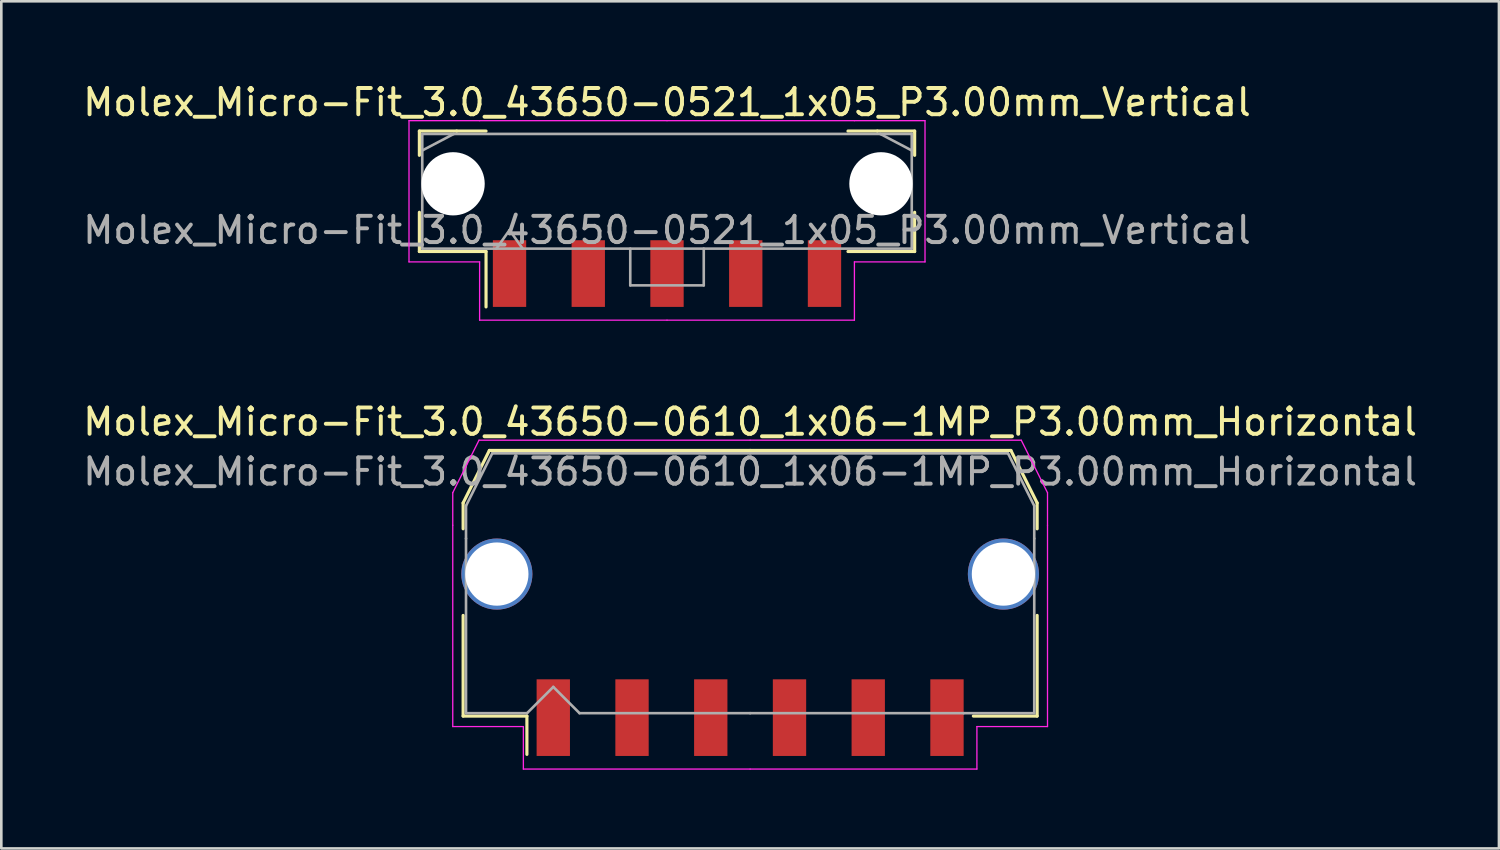
<source format=kicad_pcb>
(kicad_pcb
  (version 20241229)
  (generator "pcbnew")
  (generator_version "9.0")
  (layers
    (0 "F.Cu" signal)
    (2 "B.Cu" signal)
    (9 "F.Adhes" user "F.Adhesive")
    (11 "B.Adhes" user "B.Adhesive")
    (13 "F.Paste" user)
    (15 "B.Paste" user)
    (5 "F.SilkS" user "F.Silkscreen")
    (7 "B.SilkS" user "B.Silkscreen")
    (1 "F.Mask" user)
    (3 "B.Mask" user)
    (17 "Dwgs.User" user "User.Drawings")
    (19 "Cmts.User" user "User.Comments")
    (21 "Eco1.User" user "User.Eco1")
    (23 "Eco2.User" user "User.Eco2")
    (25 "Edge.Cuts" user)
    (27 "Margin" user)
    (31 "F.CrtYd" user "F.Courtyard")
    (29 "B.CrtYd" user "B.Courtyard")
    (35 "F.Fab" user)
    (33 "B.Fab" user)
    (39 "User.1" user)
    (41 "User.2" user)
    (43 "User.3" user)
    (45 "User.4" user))
  (footprint "Molex_Micro-Fit_3.0_43650-0610_1x06-1MP_P3.00mm_Horizontal"
    (layer "F.Cu")
    (at 25.53 19.172)
    (property "Reference" "Molex_Micro-Fit_3.0_43650-0610_1x06-1MP_P3.00mm_Horizontal" (at 0 -6.15 0) (layer "F.SilkS") (effects (font (size 1 1) (thickness 0.15))))
    (attr smd)
    (fp_line (start -10.935 -3.06) (end -10.935 -2.075) (stroke (width 0.12) (type solid)) (layer "F.SilkS"))
    (fp_line (start -10.935 1.225) (end -10.935 5.06) (stroke (width 0.12) (type solid)) (layer "F.SilkS"))
    (fp_line (start -10.935 5.06) (end -8.505 5.06) (stroke (width 0.12) (type solid)) (layer "F.SilkS"))
    (fp_line (start -9.935 -5.06) (end -10.935 -3.06) (stroke (width 0.12) (type solid)) (layer "F.SilkS"))
    (fp_line (start -8.505 5.06) (end -8.505 6.52) (stroke (width 0.12) (type solid)) (layer "F.SilkS"))
    (fp_line (start 0 -5.06) (end -9.935 -5.06) (stroke (width 0.12) (type solid)) (layer "F.SilkS"))
    (fp_line (start 0 -5.06) (end 9.935 -5.06) (stroke (width 0.12) (type solid)) (layer "F.SilkS"))
    (fp_line (start 9.935 -5.06) (end 10.935 -3.06) (stroke (width 0.12) (type solid)) (layer "F.SilkS"))
    (fp_line (start 10.935 -3.06) (end 10.935 -2.075) (stroke (width 0.12) (type solid)) (layer "F.SilkS"))
    (fp_line (start 10.935 1.225) (end 10.935 5.06) (stroke (width 0.12) (type solid)) (layer "F.SilkS"))
    (fp_line (start 10.935 5.06) (end 8.505 5.06) (stroke (width 0.12) (type solid)) (layer "F.SilkS"))
    (fp_line (start -11.33 -3.45) (end -11.33 -2.21) (stroke (width 0.05) (type solid)) (layer "F.CrtYd"))
    (fp_line (start -11.33 -2.21) (end -11.33 5.46) (stroke (width 0.05) (type solid)) (layer "F.CrtYd"))
    (fp_line (start -11.33 5.46) (end -8.64 5.46) (stroke (width 0.05) (type solid)) (layer "F.CrtYd"))
    (fp_line (start -10.33 -5.45) (end -11.33 -3.45) (stroke (width 0.05) (type solid)) (layer "F.CrtYd"))
    (fp_line (start -8.64 5.46) (end -8.64 7.08) (stroke (width 0.05) (type solid)) (layer "F.CrtYd"))
    (fp_line (start -8.64 7.08) (end 0 7.08) (stroke (width 0.05) (type solid)) (layer "F.CrtYd"))
    (fp_line (start 0 -5.45) (end -10.33 -5.45) (stroke (width 0.05) (type solid)) (layer "F.CrtYd"))
    (fp_line (start 0 -5.45) (end 10.33 -5.45) (stroke (width 0.05) (type solid)) (layer "F.CrtYd"))
    (fp_line (start 8.64 5.46) (end 8.64 7.08) (stroke (width 0.05) (type solid)) (layer "F.CrtYd"))
    (fp_line (start 8.64 7.08) (end 0 7.08) (stroke (width 0.05) (type solid)) (layer "F.CrtYd"))
    (fp_line (start 10.33 -5.45) (end 11.33 -3.45) (stroke (width 0.05) (type solid)) (layer "F.CrtYd"))
    (fp_line (start 11.33 -3.45) (end 11.33 -2.21) (stroke (width 0.05) (type solid)) (layer "F.CrtYd"))
    (fp_line (start 11.33 -2.21) (end 11.33 5.46) (stroke (width 0.05) (type solid)) (layer "F.CrtYd"))
    (fp_line (start 11.33 5.46) (end 8.64 5.46) (stroke (width 0.05) (type solid)) (layer "F.CrtYd"))
    (fp_line (start -10.825 -2.95) (end -10.825 -1.705) (stroke (width 0.1) (type solid)) (layer "F.Fab"))
    (fp_line (start -10.825 -1.705) (end -10.825 4.95) (stroke (width 0.1) (type solid)) (layer "F.Fab"))
    (fp_line (start -10.825 4.95) (end -8.5 4.95) (stroke (width 0.1) (type solid)) (layer "F.Fab"))
    (fp_line (start -9.825 -4.95) (end -10.825 -2.95) (stroke (width 0.1) (type solid)) (layer "F.Fab"))
    (fp_line (start -8.5 4.95) (end -7.5 3.95) (stroke (width 0.1) (type solid)) (layer "F.Fab"))
    (fp_line (start -7.5 3.95) (end -6.5 4.95) (stroke (width 0.1) (type solid)) (layer "F.Fab"))
    (fp_line (start -6.5 4.95) (end 0 4.95) (stroke (width 0.1) (type solid)) (layer "F.Fab"))
    (fp_line (start 0 -4.95) (end -9.825 -4.95) (stroke (width 0.1) (type solid)) (layer "F.Fab"))
    (fp_line (start 0 -4.95) (end 9.825 -4.95) (stroke (width 0.1) (type solid)) (layer "F.Fab"))
    (fp_line (start 8.135 4.95) (end 0 4.95) (stroke (width 0.1) (type solid)) (layer "F.Fab"))
    (fp_line (start 9.825 -4.95) (end 10.825 -2.95) (stroke (width 0.1) (type solid)) (layer "F.Fab"))
    (fp_line (start 10.825 -2.95) (end 10.825 -1.705) (stroke (width 0.1) (type solid)) (layer "F.Fab"))
    (fp_line (start 10.825 -1.705) (end 10.825 4.95) (stroke (width 0.1) (type solid)) (layer "F.Fab"))
    (fp_line (start 10.825 4.95) (end 8.135 4.95) (stroke (width 0.1) (type solid)) (layer "F.Fab"))
    (fp_text user "${REFERENCE}" (at 0 -4.25 0) (layer "F.Fab") (effects (font (size 1 1) (thickness 0.15))))
    (pad "1" smd rect (at -7.5 5.12) (size 1.27 2.92) (layers "F.Cu" "F.Mask" "F.Paste"))
    (pad "2" smd rect (at -4.5 5.12) (size 1.27 2.92) (layers "F.Cu" "F.Mask" "F.Paste"))
    (pad "3" smd rect (at -1.5 5.12) (size 1.27 2.92) (layers "F.Cu" "F.Mask" "F.Paste"))
    (pad "4" smd rect (at 1.5 5.12) (size 1.27 2.92) (layers "F.Cu" "F.Mask" "F.Paste"))
    (pad "5" smd rect (at 4.5 5.12) (size 1.27 2.92) (layers "F.Cu" "F.Mask" "F.Paste"))
    (pad "6" smd rect (at 7.5 5.12) (size 1.27 2.92) (layers "F.Cu" "F.Mask" "F.Paste"))
    (pad "MP" thru_hole circle (at -9.65 -0.35) (size 2.71 2.71) (drill 2.41) (property pad_prop_heatsink) (layers "*.Cu" "*.Mask"))
    (pad "MP" thru_hole circle (at 9.65 -0.35) (size 2.71 2.71) (drill 2.41) (property pad_prop_heatsink) (layers "*.Cu" "*.Mask")))
  (footprint "Molex_Micro-Fit_3.0_43650-0521_1x05_P3.00mm_Vertical"
    (layer "F.Cu")
    (at 22.363 4.238)
    (property "Reference" "Molex_Micro-Fit_3.0_43650-0521_1x05_P3.00mm_Vertical" (at 0 -3.39 0) (layer "F.SilkS") (effects (font (size 1 1) (thickness 0.15))))
    (attr smd)
    (fp_line (start -9.435 -2.295) (end -8.015 -2.295) (stroke (width 0.12) (type solid)) (layer "F.SilkS"))
    (fp_line (start -9.435 -1.37) (end -9.435 -2.295) (stroke (width 0.12) (type solid)) (layer "F.SilkS"))
    (fp_line (start -9.435 0.8) (end -9.435 2.295) (stroke (width 0.12) (type solid)) (layer "F.SilkS"))
    (fp_line (start -9.435 2.295) (end -6.895 2.295) (stroke (width 0.12) (type solid)) (layer "F.SilkS"))
    (fp_line (start -8.015 -2.295) (end -6.895 -2.295) (stroke (width 0.12) (type solid)) (layer "F.SilkS"))
    (fp_line (start -6.895 2.295) (end -6.895 4.405) (stroke (width 0.12) (type solid)) (layer "F.SilkS"))
    (fp_line (start 8.015 -2.295) (end 6.895 -2.295) (stroke (width 0.12) (type solid)) (layer "F.SilkS"))
    (fp_line (start 9.435 -2.295) (end 8.015 -2.295) (stroke (width 0.12) (type solid)) (layer "F.SilkS"))
    (fp_line (start 9.435 -1.37) (end 9.435 -2.295) (stroke (width 0.12) (type solid)) (layer "F.SilkS"))
    (fp_line (start 9.435 0.8) (end 9.435 2.295) (stroke (width 0.12) (type solid)) (layer "F.SilkS"))
    (fp_line (start 9.435 2.295) (end 6.895 2.295) (stroke (width 0.12) (type solid)) (layer "F.SilkS"))
    (fp_line (start -9.83 -2.69) (end -9.83 2.69) (stroke (width 0.05) (type solid)) (layer "F.CrtYd"))
    (fp_line (start -9.83 2.69) (end -7.14 2.69) (stroke (width 0.05) (type solid)) (layer "F.CrtYd"))
    (fp_line (start -7.14 -2.69) (end -9.83 -2.69) (stroke (width 0.05) (type solid)) (layer "F.CrtYd"))
    (fp_line (start -7.14 2.69) (end -7.14 4.91) (stroke (width 0.05) (type solid)) (layer "F.CrtYd"))
    (fp_line (start -7.14 4.91) (end 0 4.91) (stroke (width 0.05) (type solid)) (layer "F.CrtYd"))
    (fp_line (start 0 -2.69) (end -7.14 -2.69) (stroke (width 0.05) (type solid)) (layer "F.CrtYd"))
    (fp_line (start 0 -2.69) (end 7.14 -2.69) (stroke (width 0.05) (type solid)) (layer "F.CrtYd"))
    (fp_line (start 7.14 -2.69) (end 9.83 -2.69) (stroke (width 0.05) (type solid)) (layer "F.CrtYd"))
    (fp_line (start 7.14 2.69) (end 7.14 4.91) (stroke (width 0.05) (type solid)) (layer "F.CrtYd"))
    (fp_line (start 7.14 4.91) (end 0 4.91) (stroke (width 0.05) (type solid)) (layer "F.CrtYd"))
    (fp_line (start 9.83 -2.69) (end 9.83 2.69) (stroke (width 0.05) (type solid)) (layer "F.CrtYd"))
    (fp_line (start 9.83 2.69) (end 7.14 2.69) (stroke (width 0.05) (type solid)) (layer "F.CrtYd"))
    (fp_line (start -9.325 -2.185) (end -9.325 2.185) (stroke (width 0.1) (type solid)) (layer "F.Fab"))
    (fp_line (start -9.325 -1.555) (end -8.125 -2.185) (stroke (width 0.1) (type solid)) (layer "F.Fab"))
    (fp_line (start -9.325 2.185) (end 9.325 2.185) (stroke (width 0.1) (type solid)) (layer "F.Fab"))
    (fp_line (start -8.125 -2.185) (end -9.325 -2.185) (stroke (width 0.1) (type solid)) (layer "F.Fab"))
    (fp_line (start -6.5 2.185) (end -6 1.478) (stroke (width 0.1) (type solid)) (layer "F.Fab"))
    (fp_line (start -6 1.478) (end -5.5 2.185) (stroke (width 0.1) (type solid)) (layer "F.Fab"))
    (fp_line (start -1.4 2.185) (end -1.4 3.585) (stroke (width 0.1) (type solid)) (layer "F.Fab"))
    (fp_line (start -1.4 3.585) (end 1.4 3.585) (stroke (width 0.1) (type solid)) (layer "F.Fab"))
    (fp_line (start 1.4 3.585) (end 1.4 2.185) (stroke (width 0.1) (type solid)) (layer "F.Fab"))
    (fp_line (start 8.125 -2.185) (end -8.125 -2.185) (stroke (width 0.1) (type solid)) (layer "F.Fab"))
    (fp_line (start 9.325 -2.185) (end 8.125 -2.185) (stroke (width 0.1) (type solid)) (layer "F.Fab"))
    (fp_line (start 9.325 -1.555) (end 8.125 -2.185) (stroke (width 0.1) (type solid)) (layer "F.Fab"))
    (fp_line (start 9.325 2.185) (end 9.325 -2.185) (stroke (width 0.1) (type solid)) (layer "F.Fab"))
    (fp_text user "${REFERENCE}" (at 0 1.48 0) (layer "F.Fab") (effects (font (size 1 1) (thickness 0.15))))
    (pad "" np_thru_hole circle (at -8.15 -0.285) (size 2.41 2.41) (drill 2.41) (layers "*.Cu" "*.Mask"))
    (pad "" np_thru_hole circle (at 8.15 -0.285) (size 2.41 2.41) (drill 2.41) (layers "*.Cu" "*.Mask"))
    (pad "1" smd rect (at -6 3.135) (size 1.27 2.54) (layers "F.Cu" "F.Mask" "F.Paste"))
    (pad "2" smd rect (at -3 3.135) (size 1.27 2.54) (layers "F.Cu" "F.Mask" "F.Paste"))
    (pad "3" smd rect (at 0 3.135) (size 1.27 2.54) (layers "F.Cu" "F.Mask" "F.Paste"))
    (pad "4" smd rect (at 3 3.135) (size 1.27 2.54) (layers "F.Cu" "F.Mask" "F.Paste"))
    (pad "5" smd rect (at 6 3.135) (size 1.27 2.54) (layers "F.Cu" "F.Mask" "F.Paste")))
  (gr_rect
    (start -3 -3)
    (end 54.06 29.276)
    (stroke (width 0.1) (type default))
    (fill no)
    (layer "Edge.Cuts")))
</source>
